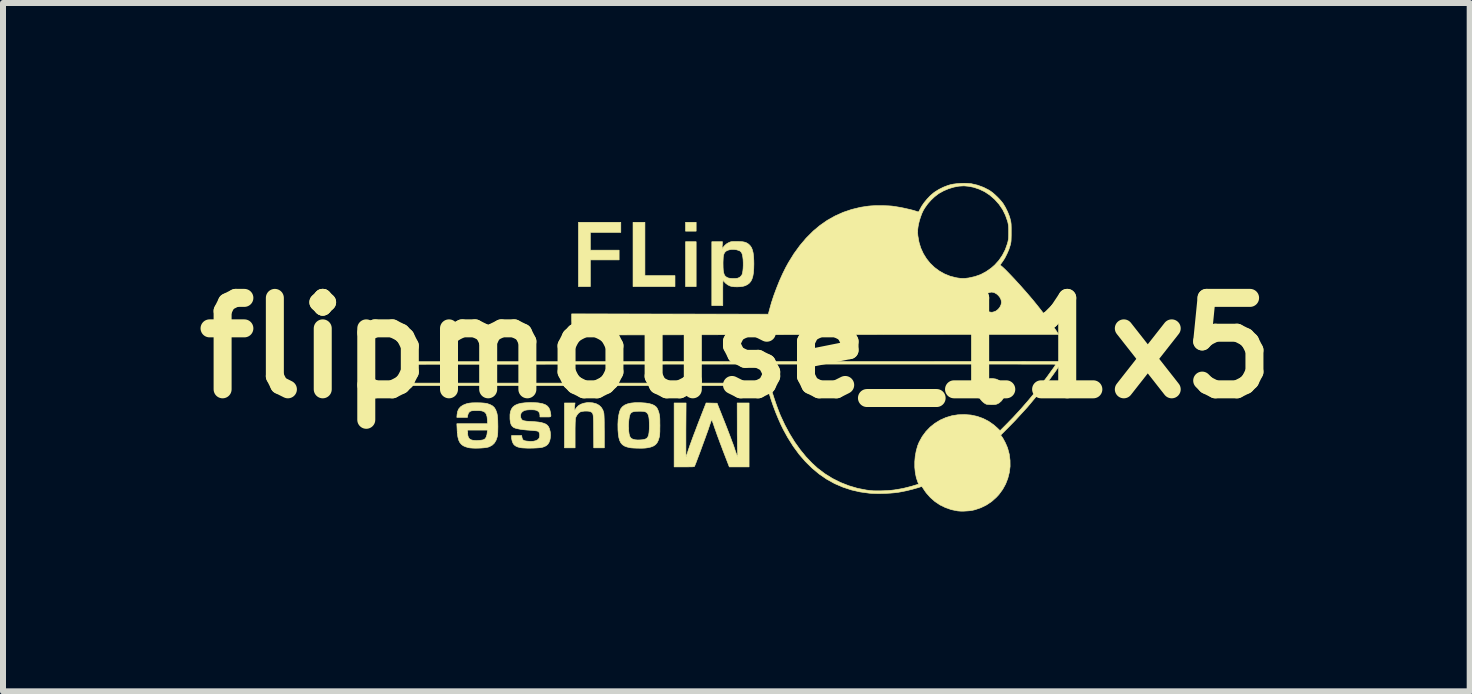
<source format=kicad_pcb>
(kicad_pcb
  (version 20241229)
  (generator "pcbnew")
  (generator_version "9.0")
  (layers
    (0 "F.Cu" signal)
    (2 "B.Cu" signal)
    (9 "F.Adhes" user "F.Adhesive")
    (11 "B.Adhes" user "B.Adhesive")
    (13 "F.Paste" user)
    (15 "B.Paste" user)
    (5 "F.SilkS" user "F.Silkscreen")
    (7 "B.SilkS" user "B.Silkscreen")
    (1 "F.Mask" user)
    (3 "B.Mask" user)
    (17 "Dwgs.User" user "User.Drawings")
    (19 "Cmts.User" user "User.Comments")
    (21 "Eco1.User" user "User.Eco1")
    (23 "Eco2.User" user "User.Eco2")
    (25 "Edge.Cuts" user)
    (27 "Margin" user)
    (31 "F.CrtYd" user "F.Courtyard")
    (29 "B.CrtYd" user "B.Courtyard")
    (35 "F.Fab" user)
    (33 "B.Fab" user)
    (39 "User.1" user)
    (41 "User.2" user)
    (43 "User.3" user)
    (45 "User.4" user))
  (footprint "flipmouse_11x5"
    (layer "F.Cu")
    (at 9.224 2.75)
    (property "Reference" "flipmouse_11x5" (at 0 0 0) (layer "F.SilkS") (effects (font (size 1.524 1.524) (thickness 0.3))))
    (attr through_hole)
    (fp_poly (pts (xy -0.67 -1.947) (xy -0.847 -1.947) (xy -0.847 -2.095) (xy -0.67 -2.095) (xy -0.67 -1.947)) (stroke (width 0.01) (type solid)) (fill yes) (layer "F.SilkS"))
    (fp_poly (pts (xy -0.67 -1.023) (xy -0.847 -1.023) (xy -0.847 -1.771) (xy -0.67 -1.771) (xy -0.67 -1.023)) (stroke (width 0.01) (type solid)) (fill yes) (layer "F.SilkS"))
    (fp_poly (pts (xy -1.524 -1.206) (xy -1.023 -1.206) (xy -1.023 -1.023) (xy -1.722 -1.023) (xy -1.722 -2.095) (xy -1.524 -2.095) (xy -1.524 -1.206)) (stroke (width 0.01) (type solid)) (fill yes) (layer "F.SilkS"))
    (fp_poly (pts (xy -1.926 -1.926) (xy -2.434 -1.926) (xy -2.434 -1.63) (xy -1.954 -1.63) (xy -1.954 -1.468) (xy -2.434 -1.468) (xy -2.434 -1.023) (xy -2.632 -1.023) (xy -2.632 -2.095) (xy -1.926 -2.095) (xy -1.926 -1.926)) (stroke (width 0.01) (type solid)) (fill yes) (layer "F.SilkS"))
    (fp_poly (pts (xy 4.272 0.51) (xy 4.327 0.518) (xy 4.373 0.538) (xy 4.413 0.568) (xy 4.413 0.568) (xy 4.438 0.597) (xy 4.455 0.627) (xy 4.465 0.661) (xy 4.469 0.704) (xy 4.469 0.73) (xy 4.469 0.765) (xy 4.467 0.789) (xy 4.463 0.808) (xy 4.456 0.825) (xy 4.451 0.836) (xy 4.42 0.881) (xy 4.38 0.916) (xy 4.353 0.931) (xy 4.333 0.938) (xy 4.311 0.943) (xy 4.282 0.944) (xy 4.255 0.945) (xy 4.222 0.943) (xy 4.192 0.941) (xy 4.169 0.938) (xy 4.163 0.936) (xy 4.146 0.927) (xy 4.123 0.911) (xy 4.101 0.892) (xy 4.098 0.889) (xy 4.069 0.855) (xy 4.049 0.82) (xy 4.039 0.779) (xy 4.037 0.73) (xy 4.037 0.712) (xy 4.047 0.654) (xy 4.067 0.605) (xy 4.097 0.566) (xy 4.137 0.536) (xy 4.185 0.517) (xy 4.241 0.509) (xy 4.272 0.51)) (stroke (width 0.01) (type solid)) (fill yes) (layer "F.SilkS"))
    (fp_poly (pts (xy -2.392 0.915) (xy -2.336 0.93) (xy -2.289 0.955) (xy -2.252 0.99) (xy -2.225 1.034) (xy -2.209 1.084) (xy -2.207 1.104) (xy -2.205 1.138) (xy -2.203 1.184) (xy -2.202 1.244) (xy -2.202 1.315) (xy -2.201 1.395) (xy -2.201 1.665) (xy -2.377 1.665) (xy -2.379 1.392) (xy -2.38 1.318) (xy -2.38 1.257) (xy -2.381 1.208) (xy -2.383 1.168) (xy -2.385 1.138) (xy -2.388 1.115) (xy -2.393 1.098) (xy -2.399 1.086) (xy -2.406 1.077) (xy -2.415 1.07) (xy -2.426 1.065) (xy -2.431 1.062) (xy -2.456 1.055) (xy -2.49 1.052) (xy -2.528 1.052) (xy -2.565 1.057) (xy -2.596 1.064) (xy -2.606 1.069) (xy -2.631 1.087) (xy -2.654 1.115) (xy -2.673 1.148) (xy -2.681 1.171) (xy -2.683 1.184) (xy -2.684 1.21) (xy -2.686 1.246) (xy -2.687 1.291) (xy -2.688 1.343) (xy -2.688 1.4) (xy -2.688 1.431) (xy -2.688 1.665) (xy -2.865 1.665) (xy -2.865 0.917) (xy -2.689 0.917) (xy -2.692 0.94) (xy -2.697 0.984) (xy -2.699 1.015) (xy -2.698 1.033) (xy -2.695 1.038) (xy -2.693 1.036) (xy -2.684 1.023) (xy -2.671 1.004) (xy -2.665 0.995) (xy -2.634 0.963) (xy -2.593 0.938) (xy -2.543 0.921) (xy -2.487 0.911) (xy -2.458 0.91) (xy -2.392 0.915)) (stroke (width 0.01) (type solid)) (fill yes) (layer "F.SilkS"))
    (fp_poly (pts (xy -4.261 0.915) (xy -4.216 0.918) (xy -4.179 0.922) (xy -4.156 0.926) (xy -4.105 0.944) (xy -4.064 0.966) (xy -4.034 0.994) (xy -4.011 1.032) (xy -3.993 1.081) (xy -3.989 1.097) (xy -3.984 1.124) (xy -3.98 1.162) (xy -3.977 1.209) (xy -3.976 1.259) (xy -3.975 1.312) (xy -3.976 1.363) (xy -3.977 1.41) (xy -3.98 1.449) (xy -3.985 1.478) (xy -3.986 1.482) (xy -4.005 1.538) (xy -4.032 1.584) (xy -4.068 1.619) (xy -4.113 1.644) (xy -4.134 1.652) (xy -4.164 1.659) (xy -4.204 1.664) (xy -4.251 1.668) (xy -4.301 1.67) (xy -4.352 1.671) (xy -4.399 1.669) (xy -4.439 1.666) (xy -4.463 1.662) (xy -4.512 1.648) (xy -4.553 1.63) (xy -4.585 1.605) (xy -4.61 1.574) (xy -4.629 1.534) (xy -4.642 1.484) (xy -4.65 1.423) (xy -4.654 1.369) (xy -4.48 1.369) (xy -4.48 1.413) (xy -4.476 1.458) (xy -4.466 1.491) (xy -4.448 1.515) (xy -4.421 1.531) (xy -4.396 1.538) (xy -4.367 1.541) (xy -4.332 1.543) (xy -4.294 1.541) (xy -4.257 1.538) (xy -4.226 1.533) (xy -4.21 1.528) (xy -4.186 1.512) (xy -4.169 1.484) (xy -4.157 1.444) (xy -4.153 1.413) (xy -4.148 1.369) (xy -4.48 1.369) (xy -4.654 1.369) (xy -4.654 1.36) (xy -4.659 1.263) (xy -4.147 1.263) (xy -4.15 1.198) (xy -4.155 1.147) (xy -4.166 1.108) (xy -4.183 1.08) (xy -4.208 1.061) (xy -4.243 1.049) (xy -4.289 1.044) (xy -4.318 1.044) (xy -4.351 1.044) (xy -4.381 1.045) (xy -4.405 1.047) (xy -4.413 1.048) (xy -4.443 1.06) (xy -4.464 1.083) (xy -4.476 1.116) (xy -4.478 1.123) (xy -4.482 1.157) (xy -4.659 1.157) (xy -4.655 1.109) (xy -4.646 1.059) (xy -4.628 1.017) (xy -4.598 0.982) (xy -4.557 0.954) (xy -4.503 0.932) (xy -4.473 0.924) (xy -4.444 0.919) (xy -4.405 0.915) (xy -4.359 0.914) (xy -4.31 0.914) (xy -4.261 0.915)) (stroke (width 0.01) (type solid)) (fill yes) (layer "F.SilkS"))
    (fp_poly (pts (xy -1.584 0.913) (xy -1.511 0.918) (xy -1.451 0.928) (xy -1.402 0.942) (xy -1.364 0.961) (xy -1.336 0.984) (xy -1.323 1.001) (xy -1.313 1.02) (xy -1.301 1.048) (xy -1.291 1.079) (xy -1.29 1.083) (xy -1.285 1.104) (xy -1.281 1.124) (xy -1.278 1.147) (xy -1.276 1.174) (xy -1.275 1.208) (xy -1.275 1.251) (xy -1.274 1.291) (xy -1.275 1.347) (xy -1.275 1.39) (xy -1.277 1.424) (xy -1.279 1.451) (xy -1.282 1.474) (xy -1.286 1.491) (xy -1.302 1.542) (xy -1.322 1.582) (xy -1.348 1.612) (xy -1.383 1.635) (xy -1.427 1.652) (xy -1.483 1.664) (xy -1.489 1.665) (xy -1.523 1.669) (xy -1.568 1.671) (xy -1.617 1.671) (xy -1.668 1.67) (xy -1.716 1.668) (xy -1.756 1.665) (xy -1.775 1.662) (xy -1.825 1.65) (xy -1.866 1.634) (xy -1.899 1.612) (xy -1.925 1.582) (xy -1.944 1.544) (xy -1.958 1.497) (xy -1.967 1.438) (xy -1.973 1.367) (xy -1.973 1.355) (xy -1.974 1.28) (xy -1.797 1.28) (xy -1.797 1.335) (xy -1.794 1.387) (xy -1.788 1.431) (xy -1.779 1.466) (xy -1.774 1.478) (xy -1.757 1.502) (xy -1.73 1.519) (xy -1.692 1.53) (xy -1.683 1.531) (xy -1.647 1.534) (xy -1.605 1.533) (xy -1.563 1.53) (xy -1.53 1.523) (xy -1.506 1.514) (xy -1.486 1.499) (xy -1.472 1.477) (xy -1.461 1.446) (xy -1.455 1.405) (xy -1.451 1.352) (xy -1.45 1.305) (xy -1.451 1.245) (xy -1.453 1.198) (xy -1.457 1.161) (xy -1.463 1.132) (xy -1.471 1.11) (xy -1.477 1.099) (xy -1.49 1.082) (xy -1.505 1.07) (xy -1.525 1.062) (xy -1.551 1.057) (xy -1.586 1.055) (xy -1.623 1.055) (xy -1.672 1.056) (xy -1.71 1.061) (xy -1.739 1.071) (xy -1.76 1.087) (xy -1.774 1.112) (xy -1.784 1.147) (xy -1.791 1.194) (xy -1.794 1.224) (xy -1.797 1.28) (xy -1.974 1.28) (xy -1.974 1.27) (xy -1.97 1.191) (xy -1.96 1.12) (xy -1.946 1.06) (xy -1.946 1.059) (xy -1.928 1.016) (xy -1.9 0.981) (xy -1.863 0.953) (xy -1.816 0.933) (xy -1.758 0.919) (xy -1.688 0.912) (xy -1.607 0.912) (xy -1.584 0.913)) (stroke (width 0.01) (type solid)) (fill yes) (layer "F.SilkS"))
    (fp_poly (pts (xy -0.413 0.919) (xy -0.321 0.921) (xy -0.199 1.228) (xy -0.172 1.296) (xy -0.145 1.366) (xy -0.119 1.434) (xy -0.094 1.5) (xy -0.072 1.56) (xy -0.052 1.612) (xy -0.037 1.655) (xy -0.031 1.674) (xy -0.017 1.716) (xy -0.004 1.752) (xy 0.007 1.782) (xy 0.015 1.803) (xy 0.019 1.813) (xy 0.02 1.813) (xy 0.021 1.807) (xy 0.022 1.789) (xy 0.022 1.762) (xy 0.02 1.729) (xy 0.02 1.727) (xy 0.019 1.702) (xy 0.018 1.666) (xy 0.017 1.618) (xy 0.017 1.562) (xy 0.016 1.499) (xy 0.015 1.431) (xy 0.015 1.359) (xy 0.015 1.286) (xy 0.015 1.279) (xy 0.014 0.917) (xy 0.212 0.917) (xy 0.212 1.983) (xy -0.117 1.983) (xy -0.224 1.706) (xy -0.248 1.641) (xy -0.273 1.576) (xy -0.296 1.513) (xy -0.318 1.454) (xy -0.337 1.4) (xy -0.353 1.355) (xy -0.365 1.321) (xy -0.367 1.316) (xy -0.379 1.278) (xy -0.391 1.245) (xy -0.4 1.219) (xy -0.407 1.202) (xy -0.409 1.197) (xy -0.413 1.202) (xy -0.42 1.218) (xy -0.43 1.243) (xy -0.441 1.276) (xy -0.454 1.315) (xy -0.455 1.317) (xy -0.465 1.349) (xy -0.48 1.391) (xy -0.499 1.443) (xy -0.52 1.502) (xy -0.544 1.567) (xy -0.569 1.635) (xy -0.594 1.704) (xy -0.62 1.773) (xy -0.645 1.839) (xy -0.668 1.901) (xy -0.69 1.956) (xy -0.695 1.97) (xy -0.698 1.974) (xy -0.703 1.977) (xy -0.713 1.979) (xy -0.729 1.981) (xy -0.753 1.982) (xy -0.786 1.982) (xy -0.83 1.983) (xy -0.869 1.983) (xy -1.037 1.983) (xy -1.037 0.917) (xy -0.838 0.917) (xy -0.841 1.368) (xy -0.841 1.447) (xy -0.841 1.52) (xy -0.841 1.589) (xy -0.841 1.65) (xy -0.841 1.703) (xy -0.841 1.748) (xy -0.84 1.782) (xy -0.84 1.804) (xy -0.839 1.814) (xy -0.839 1.815) (xy -0.835 1.807) (xy -0.828 1.787) (xy -0.819 1.759) (xy -0.808 1.725) (xy -0.798 1.693) (xy -0.787 1.663) (xy -0.773 1.621) (xy -0.754 1.57) (xy -0.733 1.511) (xy -0.709 1.447) (xy -0.683 1.38) (xy -0.657 1.31) (xy -0.633 1.247) (xy -0.504 0.917) (xy -0.413 0.919)) (stroke (width 0.01) (type solid)) (fill yes) (layer "F.SilkS"))
    (fp_poly (pts (xy 0.064 -1.773) (xy 0.107 -1.77) (xy 0.141 -1.763) (xy 0.168 -1.753) (xy 0.193 -1.738) (xy 0.207 -1.728) (xy 0.232 -1.702) (xy 0.253 -1.671) (xy 0.268 -1.632) (xy 0.28 -1.584) (xy 0.287 -1.526) (xy 0.291 -1.457) (xy 0.292 -1.401) (xy 0.29 -1.32) (xy 0.285 -1.253) (xy 0.275 -1.196) (xy 0.261 -1.15) (xy 0.242 -1.112) (xy 0.218 -1.082) (xy 0.187 -1.058) (xy 0.15 -1.039) (xy 0.144 -1.037) (xy 0.109 -1.027) (xy 0.065 -1.021) (xy 0.016 -1.019) (xy -0.032 -1.02) (xy -0.075 -1.025) (xy -0.105 -1.033) (xy -0.143 -1.052) (xy -0.179 -1.079) (xy -0.208 -1.111) (xy -0.213 -1.118) (xy -0.216 -1.124) (xy -0.219 -1.127) (xy -0.222 -1.125) (xy -0.223 -1.118) (xy -0.224 -1.104) (xy -0.225 -1.081) (xy -0.225 -1.05) (xy -0.226 -1.007) (xy -0.226 -0.952) (xy -0.226 -0.923) (xy -0.226 -0.706) (xy -0.409 -0.706) (xy -0.409 -1.404) (xy -0.222 -1.404) (xy -0.221 -1.341) (xy -0.218 -1.291) (xy -0.211 -1.252) (xy -0.201 -1.221) (xy -0.186 -1.198) (xy -0.166 -1.182) (xy -0.141 -1.169) (xy -0.136 -1.167) (xy -0.112 -1.162) (xy -0.079 -1.159) (xy -0.042 -1.158) (xy -0.007 -1.159) (xy 0.021 -1.163) (xy 0.029 -1.165) (xy 0.064 -1.184) (xy 0.089 -1.212) (xy 0.096 -1.226) (xy 0.103 -1.251) (xy 0.109 -1.286) (xy 0.113 -1.328) (xy 0.115 -1.375) (xy 0.115 -1.422) (xy 0.113 -1.466) (xy 0.113 -1.471) (xy 0.107 -1.521) (xy 0.099 -1.559) (xy 0.088 -1.587) (xy 0.072 -1.607) (xy 0.052 -1.621) (xy 0.046 -1.623) (xy 0.006 -1.636) (xy -0.039 -1.642) (xy -0.084 -1.642) (xy -0.125 -1.634) (xy -0.16 -1.621) (xy -0.181 -1.606) (xy -0.195 -1.59) (xy -0.205 -1.571) (xy -0.213 -1.548) (xy -0.218 -1.518) (xy -0.22 -1.479) (xy -0.222 -1.43) (xy -0.222 -1.404) (xy -0.409 -1.404) (xy -0.409 -1.771) (xy -0.231 -1.771) (xy -0.235 -1.713) (xy -0.239 -1.655) (xy -0.225 -1.672) (xy -0.193 -1.709) (xy -0.162 -1.736) (xy -0.129 -1.755) (xy -0.127 -1.756) (xy -0.11 -1.763) (xy -0.095 -1.769) (xy -0.078 -1.772) (xy -0.056 -1.774) (xy -0.026 -1.774) (xy 0.011 -1.774) (xy 0.064 -1.773)) (stroke (width 0.01) (type solid)) (fill yes) (layer "F.SilkS"))
    (fp_poly (pts (xy -3.381 0.911) (xy -3.342 0.913) (xy -3.308 0.915) (xy -3.288 0.918) (xy -3.231 0.929) (xy -3.186 0.945) (xy -3.152 0.967) (xy -3.127 0.995) (xy -3.109 1.032) (xy -3.098 1.078) (xy -3.098 1.08) (xy -3.093 1.109) (xy -3.091 1.128) (xy -3.093 1.14) (xy -3.102 1.147) (xy -3.119 1.15) (xy -3.146 1.15) (xy -3.182 1.15) (xy -3.274 1.15) (xy -3.274 1.119) (xy -3.28 1.086) (xy -3.298 1.059) (xy -3.328 1.041) (xy -3.337 1.038) (xy -3.368 1.032) (xy -3.406 1.03) (xy -3.448 1.03) (xy -3.488 1.033) (xy -3.521 1.039) (xy -3.532 1.042) (xy -3.565 1.061) (xy -3.588 1.087) (xy -3.597 1.12) (xy -3.595 1.156) (xy -3.588 1.175) (xy -3.58 1.19) (xy -3.568 1.202) (xy -3.551 1.211) (xy -3.527 1.216) (xy -3.493 1.221) (xy -3.448 1.224) (xy -3.439 1.224) (xy -3.364 1.229) (xy -3.3 1.235) (xy -3.249 1.244) (xy -3.208 1.256) (xy -3.175 1.27) (xy -3.151 1.288) (xy -3.133 1.31) (xy -3.132 1.31) (xy -3.114 1.35) (xy -3.102 1.399) (xy -3.098 1.452) (xy -3.102 1.505) (xy -3.108 1.535) (xy -3.123 1.575) (xy -3.143 1.606) (xy -3.171 1.63) (xy -3.21 1.648) (xy -3.235 1.656) (xy -3.258 1.661) (xy -3.292 1.664) (xy -3.335 1.667) (xy -3.382 1.669) (xy -3.432 1.67) (xy -3.481 1.67) (xy -3.526 1.668) (xy -3.565 1.666) (xy -3.594 1.663) (xy -3.599 1.662) (xy -3.642 1.651) (xy -3.674 1.637) (xy -3.699 1.619) (xy -3.708 1.61) (xy -3.724 1.585) (xy -3.737 1.552) (xy -3.745 1.514) (xy -3.747 1.491) (xy -3.747 1.46) (xy -3.578 1.46) (xy -3.574 1.489) (xy -3.567 1.514) (xy -3.557 1.531) (xy -3.539 1.543) (xy -3.512 1.55) (xy -3.49 1.553) (xy -3.432 1.558) (xy -3.381 1.555) (xy -3.34 1.545) (xy -3.308 1.528) (xy -3.288 1.504) (xy -3.283 1.493) (xy -3.278 1.465) (xy -3.279 1.435) (xy -3.287 1.41) (xy -3.295 1.397) (xy -3.302 1.392) (xy -3.312 1.387) (xy -3.328 1.383) (xy -3.35 1.38) (xy -3.382 1.377) (xy -3.423 1.373) (xy -3.477 1.369) (xy -3.483 1.369) (xy -3.546 1.363) (xy -3.603 1.355) (xy -3.651 1.346) (xy -3.689 1.335) (xy -3.715 1.323) (xy -3.718 1.32) (xy -3.741 1.299) (xy -3.757 1.271) (xy -3.767 1.233) (xy -3.773 1.185) (xy -3.773 1.171) (xy -3.773 1.111) (xy -3.765 1.061) (xy -3.749 1.019) (xy -3.724 0.984) (xy -3.69 0.957) (xy -3.646 0.937) (xy -3.59 0.922) (xy -3.523 0.914) (xy -3.444 0.91) (xy -3.42 0.91) (xy -3.381 0.911)) (stroke (width 0.01) (type solid)) (fill yes) (layer "F.SilkS"))
    (fp_poly (pts (xy 5.397 0.25) (xy 5.396 0.261) (xy 5.39 0.276) (xy 5.38 0.296) (xy 5.365 0.321) (xy 5.344 0.353) (xy 5.316 0.394) (xy 5.281 0.443) (xy 5.238 0.502) (xy 5.237 0.504) (xy 5.05 0.748) (xy 4.854 0.983) (xy 4.646 1.21) (xy 4.555 1.303) (xy 4.406 1.453) (xy 4.426 1.48) (xy 4.443 1.505) (xy 4.462 1.54) (xy 4.483 1.579) (xy 4.501 1.62) (xy 4.517 1.657) (xy 4.522 1.671) (xy 4.549 1.771) (xy 4.562 1.873) (xy 4.563 1.975) (xy 4.55 2.076) (xy 4.525 2.174) (xy 4.488 2.269) (xy 4.439 2.358) (xy 4.378 2.441) (xy 4.336 2.487) (xy 4.257 2.558) (xy 4.171 2.616) (xy 4.078 2.662) (xy 3.979 2.696) (xy 3.937 2.706) (xy 3.895 2.713) (xy 3.844 2.717) (xy 3.791 2.72) (xy 3.74 2.72) (xy 3.697 2.717) (xy 3.687 2.716) (xy 3.584 2.695) (xy 3.486 2.661) (xy 3.394 2.616) (xy 3.309 2.559) (xy 3.233 2.492) (xy 3.165 2.415) (xy 3.136 2.374) (xy 3.119 2.348) (xy 3.105 2.327) (xy 3.096 2.313) (xy 3.094 2.309) (xy 3.087 2.311) (xy 3.07 2.315) (xy 3.046 2.323) (xy 3.027 2.329) (xy 2.935 2.355) (xy 2.839 2.379) (xy 2.744 2.398) (xy 2.693 2.407) (xy 2.634 2.414) (xy 2.564 2.42) (xy 2.489 2.424) (xy 2.412 2.426) (xy 2.338 2.426) (xy 2.269 2.424) (xy 2.218 2.421) (xy 2.064 2.4) (xy 1.916 2.366) (xy 1.774 2.319) (xy 1.637 2.26) (xy 1.507 2.188) (xy 1.383 2.103) (xy 1.265 2.005) (xy 1.153 1.895) (xy 1.047 1.773) (xy 0.948 1.638) (xy 0.855 1.49) (xy 0.784 1.361) (xy 0.741 1.273) (xy 0.698 1.176) (xy 0.655 1.072) (xy 0.615 0.965) (xy 0.579 0.86) (xy 0.548 0.761) (xy 0.533 0.704) (xy 0.513 0.628) (xy -5.431 0.628) (xy -5.435 0.532) (xy -5.437 0.485) (xy -5.439 0.432) (xy -5.439 0.378) (xy -5.44 0.332) (xy -5.397 0.332) (xy -5.397 0.364) (xy -5.396 0.404) (xy -5.395 0.448) (xy -5.393 0.489) (xy -5.388 0.586) (xy 0.555 0.586) (xy 0.575 0.661) (xy 0.589 0.711) (xy 0.607 0.769) (xy 0.628 0.834) (xy 0.651 0.903) (xy 0.675 0.971) (xy 0.699 1.035) (xy 0.721 1.092) (xy 0.734 1.124) (xy 0.806 1.279) (xy 0.885 1.426) (xy 0.971 1.566) (xy 1.063 1.695) (xy 1.16 1.814) (xy 1.262 1.921) (xy 1.354 2.005) (xy 1.474 2.096) (xy 1.601 2.175) (xy 1.735 2.242) (xy 1.875 2.297) (xy 2.02 2.34) (xy 2.17 2.369) (xy 2.237 2.377) (xy 2.281 2.381) (xy 2.335 2.382) (xy 2.397 2.382) (xy 2.461 2.38) (xy 2.525 2.377) (xy 2.585 2.372) (xy 2.637 2.366) (xy 2.649 2.364) (xy 2.721 2.352) (xy 2.789 2.339) (xy 2.858 2.322) (xy 2.933 2.302) (xy 2.954 2.295) (xy 3.04 2.27) (xy 3.026 2.239) (xy 3 2.163) (xy 2.983 2.079) (xy 2.974 1.989) (xy 2.974 1.896) (xy 2.982 1.803) (xy 2.999 1.713) (xy 3.023 1.628) (xy 3.047 1.57) (xy 3.098 1.477) (xy 3.16 1.393) (xy 3.231 1.319) (xy 3.311 1.255) (xy 3.398 1.202) (xy 3.493 1.16) (xy 3.593 1.13) (xy 3.692 1.114) (xy 3.803 1.11) (xy 3.911 1.118) (xy 4.014 1.14) (xy 4.112 1.175) (xy 4.204 1.222) (xy 4.29 1.282) (xy 4.348 1.333) (xy 4.396 1.379) (xy 4.488 1.287) (xy 4.614 1.158) (xy 4.742 1.019) (xy 4.869 0.873) (xy 4.993 0.723) (xy 5.112 0.571) (xy 5.157 0.512) (xy 5.186 0.473) (xy 5.214 0.434) (xy 5.242 0.395) (xy 5.268 0.359) (xy 5.291 0.327) (xy 5.309 0.3) (xy 5.321 0.281) (xy 5.327 0.272) (xy 5.327 0.271) (xy 5.32 0.271) (xy 5.299 0.271) (xy 5.265 0.27) (xy 5.218 0.27) (xy 5.158 0.27) (xy 5.085 0.27) (xy 5.001 0.27) (xy 4.905 0.27) (xy 4.797 0.27) (xy 4.678 0.269) (xy 4.549 0.269) (xy 4.41 0.269) (xy 4.26 0.269) (xy 4.101 0.269) (xy 3.932 0.269) (xy 3.755 0.269) (xy 3.568 0.269) (xy 3.374 0.269) (xy 3.172 0.269) (xy 2.962 0.269) (xy 2.744 0.269) (xy 2.52 0.269) (xy 2.289 0.269) (xy 2.052 0.269) (xy 1.81 0.269) (xy 1.561 0.269) (xy 1.307 0.269) (xy 1.049 0.269) (xy 0.786 0.269) (xy 0.519 0.269) (xy 0.248 0.269) (xy -0.027 0.269) (xy -0.035 0.269) (xy -5.397 0.272) (xy -5.397 0.332) (xy -5.44 0.332) (xy -5.44 0.229) (xy -0.021 0.227) (xy 5.397 0.225) (xy 5.397 0.25)) (stroke (width 0.01) (type solid)) (fill yes) (layer "F.SilkS"))
    (fp_poly (pts (xy 3.855 -2.743) (xy 3.906 -2.739) (xy 3.915 -2.738) (xy 4.019 -2.714) (xy 4.12 -2.677) (xy 4.214 -2.629) (xy 4.239 -2.612) (xy 4.272 -2.588) (xy 4.31 -2.555) (xy 4.35 -2.517) (xy 4.388 -2.478) (xy 4.421 -2.44) (xy 4.445 -2.409) (xy 4.485 -2.343) (xy 4.521 -2.27) (xy 4.551 -2.195) (xy 4.563 -2.154) (xy 4.569 -2.13) (xy 4.574 -2.11) (xy 4.577 -2.089) (xy 4.58 -2.066) (xy 4.581 -2.039) (xy 4.582 -2.003) (xy 4.582 -1.958) (xy 4.582 -1.93) (xy 4.582 -1.878) (xy 4.581 -1.838) (xy 4.58 -1.807) (xy 4.579 -1.782) (xy 4.576 -1.76) (xy 4.572 -1.74) (xy 4.567 -1.718) (xy 4.563 -1.705) (xy 4.541 -1.637) (xy 4.51 -1.567) (xy 4.475 -1.498) (xy 4.437 -1.439) (xy 4.436 -1.438) (xy 4.396 -1.383) (xy 4.436 -1.35) (xy 4.463 -1.325) (xy 4.497 -1.292) (xy 4.538 -1.25) (xy 4.584 -1.202) (xy 4.634 -1.149) (xy 4.686 -1.092) (xy 4.74 -1.033) (xy 4.793 -0.973) (xy 4.845 -0.914) (xy 4.894 -0.857) (xy 4.939 -0.804) (xy 4.954 -0.786) (xy 4.996 -0.734) (xy 5.041 -0.678) (xy 5.087 -0.619) (xy 5.133 -0.559) (xy 5.178 -0.499) (xy 5.221 -0.442) (xy 5.261 -0.388) (xy 5.296 -0.339) (xy 5.325 -0.297) (xy 5.347 -0.264) (xy 5.357 -0.247) (xy 5.37 -0.226) (xy 4.052 -0.226) (xy 3.945 -0.226) (xy 3.824 -0.226) (xy 3.691 -0.226) (xy 3.546 -0.226) (xy 3.39 -0.225) (xy 3.225 -0.225) (xy 3.05 -0.225) (xy 2.868 -0.225) (xy 2.677 -0.225) (xy 2.481 -0.225) (xy 2.279 -0.224) (xy 2.071 -0.224) (xy 1.86 -0.224) (xy 1.646 -0.224) (xy 1.429 -0.223) (xy 1.211 -0.223) (xy 0.993 -0.223) (xy 0.774 -0.222) (xy 0.557 -0.222) (xy 0.341 -0.222) (xy 0.128 -0.221) (xy -0.001 -0.221) (xy -2.735 -0.216) (xy -2.74 -0.297) (xy -2.742 -0.337) (xy -2.743 -0.386) (xy -2.744 -0.435) (xy -2.745 -0.473) (xy -2.745 -0.568) (xy 0.533 -0.563) (xy 0.55 -0.629) (xy 0.583 -0.747) (xy 0.587 -0.76) (xy 4.086 -0.76) (xy 4.089 -0.742) (xy 4.094 -0.725) (xy 4.113 -0.684) (xy 4.141 -0.648) (xy 4.174 -0.621) (xy 4.211 -0.602) (xy 4.25 -0.595) (xy 4.264 -0.595) (xy 4.292 -0.602) (xy 4.321 -0.613) (xy 4.329 -0.617) (xy 4.364 -0.644) (xy 4.392 -0.679) (xy 4.411 -0.717) (xy 4.419 -0.757) (xy 4.419 -0.762) (xy 4.413 -0.802) (xy 4.395 -0.84) (xy 4.368 -0.875) (xy 4.335 -0.903) (xy 4.298 -0.923) (xy 4.259 -0.931) (xy 4.255 -0.931) (xy 4.217 -0.925) (xy 4.18 -0.907) (xy 4.145 -0.879) (xy 4.117 -0.845) (xy 4.097 -0.806) (xy 4.094 -0.799) (xy 4.088 -0.776) (xy 4.086 -0.76) (xy 0.587 -0.76) (xy 0.623 -0.87) (xy 0.669 -0.994) (xy 0.718 -1.117) (xy 0.771 -1.235) (xy 0.825 -1.344) (xy 0.868 -1.422) (xy 0.96 -1.571) (xy 1.059 -1.707) (xy 1.164 -1.831) (xy 1.275 -1.942) (xy 1.281 -1.948) (xy 3.021 -1.948) (xy 3.022 -1.916) (xy 3.025 -1.879) (xy 3.026 -1.868) (xy 3.044 -1.765) (xy 3.074 -1.666) (xy 3.116 -1.574) (xy 3.169 -1.488) (xy 3.231 -1.411) (xy 3.303 -1.342) (xy 3.383 -1.283) (xy 3.47 -1.234) (xy 3.564 -1.196) (xy 3.664 -1.171) (xy 3.686 -1.167) (xy 3.731 -1.161) (xy 3.769 -1.159) (xy 3.806 -1.159) (xy 3.847 -1.164) (xy 3.873 -1.167) (xy 3.976 -1.19) (xy 4.073 -1.224) (xy 4.163 -1.272) (xy 4.249 -1.332) (xy 4.307 -1.383) (xy 4.376 -1.459) (xy 4.434 -1.544) (xy 4.482 -1.636) (xy 4.517 -1.735) (xy 4.521 -1.748) (xy 4.528 -1.776) (xy 4.533 -1.802) (xy 4.537 -1.827) (xy 4.538 -1.856) (xy 4.539 -1.893) (xy 4.539 -1.93) (xy 4.539 -1.975) (xy 4.538 -2.01) (xy 4.536 -2.038) (xy 4.532 -2.063) (xy 4.527 -2.089) (xy 4.521 -2.112) (xy 4.486 -2.212) (xy 4.44 -2.306) (xy 4.381 -2.393) (xy 4.31 -2.473) (xy 4.302 -2.481) (xy 4.223 -2.549) (xy 4.14 -2.604) (xy 4.052 -2.646) (xy 3.958 -2.678) (xy 3.871 -2.695) (xy 3.793 -2.702) (xy 3.71 -2.697) (xy 3.625 -2.681) (xy 3.539 -2.655) (xy 3.456 -2.62) (xy 3.378 -2.577) (xy 3.365 -2.568) (xy 3.304 -2.521) (xy 3.245 -2.465) (xy 3.189 -2.402) (xy 3.142 -2.336) (xy 3.116 -2.293) (xy 3.093 -2.244) (xy 3.071 -2.185) (xy 3.051 -2.122) (xy 3.036 -2.059) (xy 3.029 -2.02) (xy 3.024 -1.98) (xy 3.021 -1.948) (xy 1.281 -1.948) (xy 1.392 -2.041) (xy 1.515 -2.127) (xy 1.645 -2.2) (xy 1.781 -2.261) (xy 1.923 -2.309) (xy 2.072 -2.345) (xy 2.198 -2.364) (xy 2.241 -2.368) (xy 2.294 -2.371) (xy 2.353 -2.372) (xy 2.416 -2.372) (xy 2.477 -2.371) (xy 2.534 -2.369) (xy 2.582 -2.366) (xy 2.6 -2.364) (xy 2.654 -2.356) (xy 2.715 -2.346) (xy 2.778 -2.334) (xy 2.841 -2.32) (xy 2.902 -2.306) (xy 2.956 -2.292) (xy 3.001 -2.278) (xy 3.028 -2.268) (xy 3.036 -2.269) (xy 3.045 -2.278) (xy 3.055 -2.299) (xy 3.058 -2.304) (xy 3.089 -2.362) (xy 3.131 -2.423) (xy 3.18 -2.482) (xy 3.233 -2.538) (xy 3.288 -2.585) (xy 3.313 -2.603) (xy 3.379 -2.644) (xy 3.452 -2.68) (xy 3.527 -2.709) (xy 3.568 -2.721) (xy 3.615 -2.731) (xy 3.672 -2.738) (xy 3.734 -2.743) (xy 3.796 -2.745) (xy 3.855 -2.743)) (stroke (width 0.01) (type solid)) (fill yes) (layer "F.SilkS")))
  (gr_rect
    (start -3 -3)
    (end 21.448 8.474)
    (stroke (width 0.1) (type default))
    (fill no)
    (layer "Edge.Cuts")))
</source>
